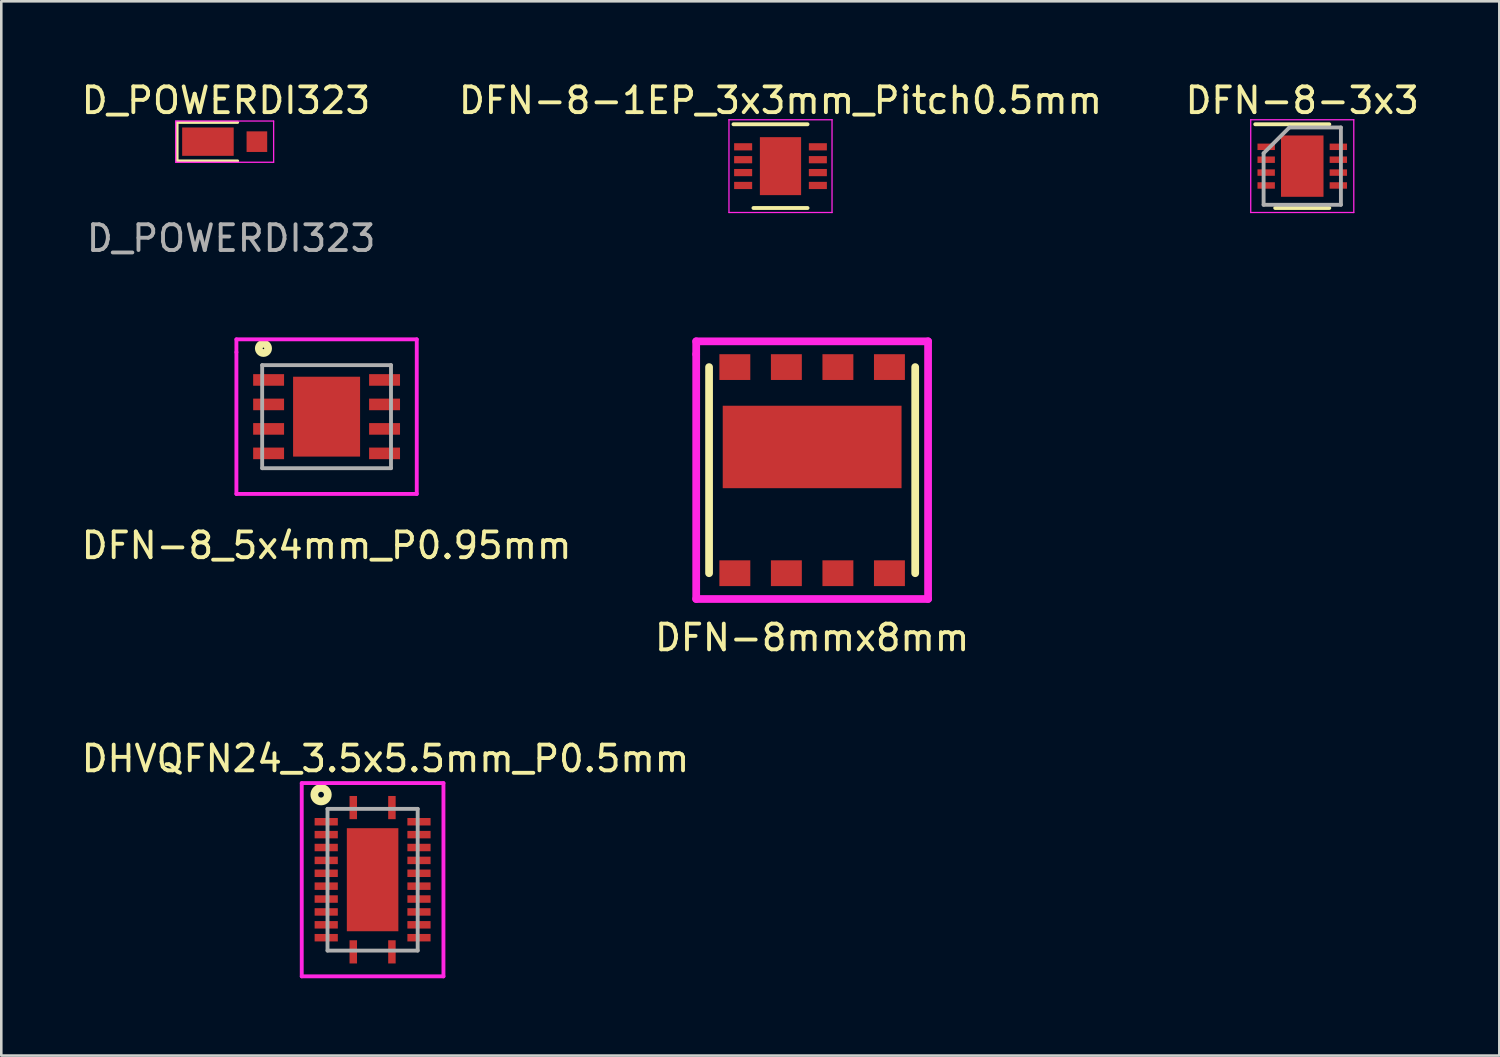
<source format=kicad_pcb>
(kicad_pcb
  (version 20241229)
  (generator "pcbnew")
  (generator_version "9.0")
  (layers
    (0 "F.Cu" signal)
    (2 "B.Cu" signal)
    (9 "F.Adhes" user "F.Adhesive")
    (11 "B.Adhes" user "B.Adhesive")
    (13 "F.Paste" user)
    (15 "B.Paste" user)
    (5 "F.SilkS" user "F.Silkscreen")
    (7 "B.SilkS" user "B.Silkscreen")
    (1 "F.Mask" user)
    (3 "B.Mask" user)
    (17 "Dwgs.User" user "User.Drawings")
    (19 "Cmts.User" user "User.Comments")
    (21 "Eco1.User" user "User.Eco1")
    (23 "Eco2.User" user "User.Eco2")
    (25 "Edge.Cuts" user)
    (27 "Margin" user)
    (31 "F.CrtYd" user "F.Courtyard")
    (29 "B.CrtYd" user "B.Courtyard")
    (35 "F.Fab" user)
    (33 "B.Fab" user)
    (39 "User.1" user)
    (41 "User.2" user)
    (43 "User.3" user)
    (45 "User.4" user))
  (footprint "DHVQFN24_3.5x5.5mm_P0.5mm"
    (layer "F.Cu")
    (at 11.411 31.093)
    (property "Reference" "DHVQFN24_3.5x5.5mm_P0.5mm" (at 0.5 -4.7 0) (layer "F.SilkS") (effects (font (size 1 1) (thickness 0.15))))
    (attr through_hole)
    (fp_circle (center -2 -3.3) (end -1.888 -3.3) (stroke (width 0.3) (type solid)) (fill no) (layer "F.SilkS"))
    (fp_line (start -2.75 -3.75) (end 2.75 -3.75) (stroke (width 0.15) (type solid)) (layer "F.CrtYd"))
    (fp_line (start -2.75 3.75) (end -2.75 -3.75) (stroke (width 0.15) (type solid)) (layer "F.CrtYd"))
    (fp_line (start 2.75 -3.75) (end 2.75 3.75) (stroke (width 0.15) (type solid)) (layer "F.CrtYd"))
    (fp_line (start 2.75 3.75) (end -2.75 3.75) (stroke (width 0.15) (type solid)) (layer "F.CrtYd"))
    (fp_line (start -1.75 -2.75) (end 1.75 -2.75) (stroke (width 0.15) (type solid)) (layer "F.Fab"))
    (fp_line (start -1.75 2.75) (end -1.75 -2.75) (stroke (width 0.15) (type solid)) (layer "F.Fab"))
    (fp_line (start 1.75 -2.75) (end 1.75 2.75) (stroke (width 0.15) (type solid)) (layer "F.Fab"))
    (fp_line (start 1.75 2.75) (end -1.75 2.75) (stroke (width 0.15) (type solid)) (layer "F.Fab"))
    (pad "" smd rect (at -0.3 -0.9 180) (size 0.45 0.6) (layers "F.Paste"))
    (pad "" smd rect (at -0.3 0 180) (size 0.45 0.6) (layers "F.Paste"))
    (pad "" smd rect (at -0.3 0.9 180) (size 0.45 0.6) (layers "F.Paste"))
    (pad "" smd rect (at 0.3 -0.9 180) (size 0.45 0.6) (layers "F.Paste"))
    (pad "" smd rect (at 0.3 0 180) (size 0.45 0.6) (layers "F.Paste"))
    (pad "" smd rect (at 0.3 0.9 180) (size 0.45 0.6) (layers "F.Paste"))
    (pad "1" smd rect (at -0.75 -2.8 90) (size 0.9 0.29) (layers "F.Cu" "F.Mask" "F.Paste"))
    (pad "2" smd rect (at -1.8 -2.25) (size 0.9 0.29) (layers "F.Cu" "F.Mask" "F.Paste"))
    (pad "3" smd rect (at -1.8 -1.75) (size 0.9 0.29) (layers "F.Cu" "F.Mask" "F.Paste"))
    (pad "4" smd rect (at -1.8 -1.25) (size 0.9 0.29) (layers "F.Cu" "F.Mask" "F.Paste"))
    (pad "5" smd rect (at -1.8 -0.75) (size 0.9 0.29) (layers "F.Cu" "F.Mask" "F.Paste"))
    (pad "6" smd rect (at -1.8 -0.25) (size 0.9 0.29) (layers "F.Cu" "F.Mask" "F.Paste"))
    (pad "7" smd rect (at -1.8 0.25) (size 0.9 0.29) (layers "F.Cu" "F.Mask" "F.Paste"))
    (pad "8" smd rect (at -1.8 0.75) (size 0.9 0.29) (layers "F.Cu" "F.Mask" "F.Paste"))
    (pad "9" smd rect (at -1.8 1.25) (size 0.9 0.29) (layers "F.Cu" "F.Mask" "F.Paste"))
    (pad "10" smd rect (at -1.8 1.75) (size 0.9 0.29) (layers "F.Cu" "F.Mask" "F.Paste"))
    (pad "11" smd rect (at -1.8 2.25) (size 0.9 0.29) (layers "F.Cu" "F.Mask" "F.Paste"))
    (pad "12" smd rect (at -0.75 2.8 90) (size 0.9 0.29) (layers "F.Cu" "F.Mask" "F.Paste"))
    (pad "13" smd rect (at 0.75 2.8 90) (size 0.9 0.29) (layers "F.Cu" "F.Mask" "F.Paste"))
    (pad "14" smd rect (at 1.8 2.25) (size 0.9 0.29) (layers "F.Cu" "F.Mask" "F.Paste"))
    (pad "15" smd rect (at 1.8 1.75) (size 0.9 0.29) (layers "F.Cu" "F.Mask" "F.Paste"))
    (pad "16" smd rect (at 1.8 1.25) (size 0.9 0.29) (layers "F.Cu" "F.Mask" "F.Paste"))
    (pad "17" smd rect (at 1.8 0.75) (size 0.9 0.29) (layers "F.Cu" "F.Mask" "F.Paste"))
    (pad "18" smd rect (at 1.8 0.25) (size 0.9 0.29) (layers "F.Cu" "F.Mask" "F.Paste"))
    (pad "19" smd rect (at 1.8 -0.25) (size 0.9 0.29) (layers "F.Cu" "F.Mask" "F.Paste"))
    (pad "20" smd rect (at 1.8 -0.75) (size 0.9 0.29) (layers "F.Cu" "F.Mask" "F.Paste"))
    (pad "21" smd rect (at 1.8 -1.25) (size 0.9 0.29) (layers "F.Cu" "F.Mask" "F.Paste"))
    (pad "22" smd rect (at 1.8 -1.75) (size 0.9 0.29) (layers "F.Cu" "F.Mask" "F.Paste"))
    (pad "23" smd rect (at 1.8 -2.25) (size 0.9 0.29) (layers "F.Cu" "F.Mask" "F.Paste"))
    (pad "24" smd rect (at 0.75 -2.8 90) (size 0.9 0.29) (layers "F.Cu" "F.Mask" "F.Paste"))
    (pad "25" smd rect (at 0 0 180) (size 2 4) (layers "F.Cu" "F.Mask")))
  (footprint "DFN-8_5x4mm_P0.95mm"
    (layer "F.Cu")
    (at 9.625 13.121)
    (property "Reference" "DFN-8_5x4mm_P0.95mm" (at 0 5 0) (layer "F.SilkS") (effects (font (size 1 1) (thickness 0.15))))
    (attr through_hole)
    (fp_circle (center -2.45 -2.65) (end -2.27 -2.65) (stroke (width 0.3) (type solid)) (fill no) (layer "F.SilkS"))
    (fp_line (start -3.5 -3) (end -3.5 -2.5) (stroke (width 0.15) (type solid)) (layer "F.CrtYd"))
    (fp_line (start -3.5 -2.5) (end -3.5 3) (stroke (width 0.15) (type solid)) (layer "F.CrtYd"))
    (fp_line (start -3.5 3) (end 3.5 3) (stroke (width 0.15) (type solid)) (layer "F.CrtYd"))
    (fp_line (start 3.5 -3) (end -3.5 -3) (stroke (width 0.15) (type solid)) (layer "F.CrtYd"))
    (fp_line (start 3.5 3) (end 3.5 -3) (stroke (width 0.15) (type solid)) (layer "F.CrtYd"))
    (fp_line (start -2.5 -2) (end 2.5 -2) (stroke (width 0.15) (type solid)) (layer "F.Fab"))
    (fp_line (start -2.5 2) (end -2.5 -2) (stroke (width 0.15) (type solid)) (layer "F.Fab"))
    (fp_line (start 2.5 -2) (end 2.5 2) (stroke (width 0.15) (type solid)) (layer "F.Fab"))
    (fp_line (start 2.5 2) (end -2.5 2) (stroke (width 0.15) (type solid)) (layer "F.Fab"))
    (pad "1" smd rect (at -2.25 -1.425) (size 1.2 0.45) (layers "F.Cu" "F.Mask" "F.Paste"))
    (pad "2" smd rect (at -2.25 -0.475) (size 1.2 0.45) (layers "F.Cu" "F.Mask" "F.Paste"))
    (pad "3" smd rect (at -2.25 0.475) (size 1.2 0.45) (layers "F.Cu" "F.Mask" "F.Paste"))
    (pad "4" smd rect (at -2.25 1.425) (size 1.2 0.45) (layers "F.Cu" "F.Mask" "F.Paste"))
    (pad "5" smd rect (at 2.25 1.425) (size 1.2 0.45) (layers "F.Cu" "F.Mask" "F.Paste"))
    (pad "6" smd rect (at 2.25 0.475) (size 1.2 0.45) (layers "F.Cu" "F.Mask" "F.Paste"))
    (pad "7" smd rect (at 2.25 -0.475) (size 1.2 0.45) (layers "F.Cu" "F.Mask" "F.Paste"))
    (pad "8" smd rect (at 2.25 -1.425) (size 1.2 0.45) (layers "F.Cu" "F.Mask" "F.Paste"))
    (pad "9" smd rect (at 0 0) (size 2.6 3.1) (layers "F.Cu" "F.Mask" "F.Paste")))
  (footprint "DFN-8-1EP_3x3mm_Pitch0.5mm"
    (layer "F.Cu")
    (at 27.242 3.398)
    (property "Reference" "DFN-8-1EP_3x3mm_Pitch0.5mm" (at 0 -2.55 0) (layer "F.SilkS") (effects (font (size 1 1) (thickness 0.15))))
    (attr smd)
    (fp_line (start -1.825 -1.625) (end 1.05 -1.625) (stroke (width 0.15) (type solid)) (layer "F.SilkS"))
    (fp_line (start -1.05 1.625) (end 1.05 1.625) (stroke (width 0.15) (type solid)) (layer "F.SilkS"))
    (fp_line (start -2 -1.8) (end -2 1.8) (stroke (width 0.05) (type solid)) (layer "F.CrtYd"))
    (fp_line (start -2 -1.8) (end 2 -1.8) (stroke (width 0.05) (type solid)) (layer "F.CrtYd"))
    (fp_line (start -2 1.8) (end 2 1.8) (stroke (width 0.05) (type solid)) (layer "F.CrtYd"))
    (fp_line (start 2 -1.8) (end 2 1.8) (stroke (width 0.05) (type solid)) (layer "F.CrtYd"))
    (pad "1" smd rect (at -1.45 -0.75) (size 0.7 0.28) (layers "F.Cu" "F.Mask" "F.Paste"))
    (pad "2" smd rect (at -1.45 -0.25) (size 0.7 0.28) (layers "F.Cu" "F.Mask" "F.Paste"))
    (pad "3" smd rect (at -1.45 0.25) (size 0.7 0.28) (layers "F.Cu" "F.Mask" "F.Paste"))
    (pad "4" smd rect (at -1.45 0.75) (size 0.7 0.28) (layers "F.Cu" "F.Mask" "F.Paste"))
    (pad "5" smd rect (at 1.45 0.75) (size 0.7 0.28) (layers "F.Cu" "F.Mask" "F.Paste"))
    (pad "6" smd rect (at 1.45 0.25) (size 0.7 0.28) (layers "F.Cu" "F.Mask" "F.Paste"))
    (pad "7" smd rect (at 1.45 -0.25) (size 0.7 0.28) (layers "F.Cu" "F.Mask" "F.Paste"))
    (pad "8" smd rect (at 1.45 -0.75) (size 0.7 0.28) (layers "F.Cu" "F.Mask" "F.Paste"))
    (pad "9" smd rect (at 0 0) (size 1.6 2.25) (layers "F.Cu" "F.Mask" "F.Paste")))
  (footprint "DFN-8mmx8mm"
    (layer "F.Cu")
    (at 28.47 15.197)
    (property "Reference" "DFN-8mmx8mm" (at 0 6.5 0) (layer "F.SilkS") (effects (font (size 1 1) (thickness 0.15))))
    (attr smd)
    (fp_line (start -4 -4) (end -4 4) (stroke (width 0.3) (type solid)) (layer "F.SilkS"))
    (fp_line (start 4 4) (end 4 -4) (stroke (width 0.3) (type solid)) (layer "F.SilkS"))
    (fp_line (start -4.5 -5) (end 4.5 -5) (stroke (width 0.3) (type solid)) (layer "F.CrtYd"))
    (fp_line (start -4.5 -4.5) (end -4.5 -5) (stroke (width 0.3) (type solid)) (layer "F.CrtYd"))
    (fp_line (start -4.5 5) (end -4.5 -4.5) (stroke (width 0.3) (type solid)) (layer "F.CrtYd"))
    (fp_line (start 4.5 -5) (end 4.5 5) (stroke (width 0.3) (type solid)) (layer "F.CrtYd"))
    (fp_line (start 4.5 5) (end -4.5 5) (stroke (width 0.3) (type solid)) (layer "F.CrtYd"))
    (pad "1" smd rect (at -3 4) (size 1.2 1) (layers "F.Cu" "F.Mask" "F.Paste"))
    (pad "2" smd rect (at -1 4) (size 1.2 1) (layers "F.Cu" "F.Mask" "F.Paste"))
    (pad "3" smd rect (at 1 4) (size 1.2 1) (layers "F.Cu" "F.Mask" "F.Paste"))
    (pad "4" smd rect (at 3 4) (size 1.2 1) (layers "F.Cu" "F.Mask" "F.Paste"))
    (pad "5" smd rect (at 3 -4) (size 1.2 1) (layers "F.Cu" "F.Mask" "F.Paste"))
    (pad "6" smd rect (at 1 -4) (size 1.2 1) (layers "F.Cu" "F.Mask" "F.Paste"))
    (pad "7" smd rect (at -1 -4) (size 1.2 1) (layers "F.Cu" "F.Mask" "F.Paste"))
    (pad "8" smd rect (at -3 -4) (size 1.2 1) (layers "F.Cu" "F.Mask" "F.Paste"))
    (pad "9" smd rect (at 0 -0.9) (size 6.94 3.2) (layers "F.Cu" "F.Mask" "F.Paste")))
  (footprint "DFN-8-3x3"
    (layer "F.Cu")
    (at 47.492 3.398)
    (property "Reference" "DFN-8-3x3" (at 0 -2.55 0) (layer "F.SilkS") (effects (font (size 1 1) (thickness 0.15))))
    (attr smd)
    (fp_line (start -1.825 -1.625) (end 1.05 -1.625) (stroke (width 0.15) (type solid)) (layer "F.SilkS"))
    (fp_line (start -1.05 1.625) (end 1.05 1.625) (stroke (width 0.15) (type solid)) (layer "F.SilkS"))
    (fp_line (start -2 -1.8) (end -2 1.8) (stroke (width 0.05) (type solid)) (layer "F.CrtYd"))
    (fp_line (start -2 -1.8) (end 2 -1.8) (stroke (width 0.05) (type solid)) (layer "F.CrtYd"))
    (fp_line (start -2 1.8) (end 2 1.8) (stroke (width 0.05) (type solid)) (layer "F.CrtYd"))
    (fp_line (start 2 -1.8) (end 2 1.8) (stroke (width 0.05) (type solid)) (layer "F.CrtYd"))
    (fp_line (start -1.5 -0.5) (end -0.5 -1.5) (stroke (width 0.15) (type solid)) (layer "F.Fab"))
    (fp_line (start -1.5 1.5) (end -1.5 -0.5) (stroke (width 0.15) (type solid)) (layer "F.Fab"))
    (fp_line (start -0.5 -1.5) (end 1.5 -1.5) (stroke (width 0.15) (type solid)) (layer "F.Fab"))
    (fp_line (start 1.5 -1.5) (end 1.5 1.5) (stroke (width 0.15) (type solid)) (layer "F.Fab"))
    (fp_line (start 1.5 1.5) (end -1.5 1.5) (stroke (width 0.15) (type solid)) (layer "F.Fab"))
    (pad "" smd rect (at -0.412 -0.595) (size 0.45 0.8) (layers "F.Paste"))
    (pad "" smd rect (at -0.412 0.595) (size 0.45 0.8) (layers "F.Paste"))
    (pad "" smd rect (at 0.412 -0.595) (size 0.45 0.8) (layers "F.Paste"))
    (pad "" smd rect (at 0.412 0.595) (size 0.45 0.8) (layers "F.Paste"))
    (pad "1" smd rect (at -1.4 -0.75) (size 0.675 0.25) (layers "F.Cu" "F.Mask" "F.Paste"))
    (pad "2" smd rect (at -1.4 -0.25) (size 0.675 0.25) (layers "F.Cu" "F.Mask" "F.Paste"))
    (pad "3" smd rect (at -1.4 0.25) (size 0.675 0.25) (layers "F.Cu" "F.Mask" "F.Paste"))
    (pad "4" smd rect (at -1.4 0.75) (size 0.675 0.25) (layers "F.Cu" "F.Mask" "F.Paste"))
    (pad "5" smd rect (at 1.4 0.75) (size 0.675 0.25) (layers "F.Cu" "F.Mask" "F.Paste"))
    (pad "6" smd rect (at 1.4 0.25) (size 0.675 0.25) (layers "F.Cu" "F.Mask" "F.Paste"))
    (pad "7" smd rect (at 1.4 -0.25) (size 0.675 0.25) (layers "F.Cu" "F.Mask" "F.Paste"))
    (pad "8" smd rect (at 1.4 -0.75) (size 0.675 0.25) (layers "F.Cu" "F.Mask" "F.Paste"))
    (pad "9" smd rect (at 0 0) (size 1.65 2.38) (layers "F.Cu" "F.Mask")))
  (footprint "D_POWERDI323"
    (layer "F.Cu")
    (at 5.67 2.448)
    (property "Reference" "D_POWERDI323" (at 0.05 -1.6 0) (unlocked yes) (layer "F.SilkS") (effects (font (size 1 1) (thickness 0.15))))
    (attr smd)
    (fp_line (start -1.85 -0.75) (end -1.85 0.75) (stroke (width 0.12) (type solid)) (layer "F.SilkS"))
    (fp_line (start -1.85 -0.75) (end 0.5 -0.75) (stroke (width 0.12) (type solid)) (layer "F.SilkS"))
    (fp_line (start -1.85 0.75) (end 0.5 0.75) (stroke (width 0.12) (type solid)) (layer "F.SilkS"))
    (fp_line (start -1.9 -0.8) (end 1.9 -0.8) (stroke (width 0.05) (type solid)) (layer "F.CrtYd"))
    (fp_line (start -1.9 0.8) (end -1.9 -0.8) (stroke (width 0.05) (type solid)) (layer "F.CrtYd"))
    (fp_line (start 1.9 -0.8) (end 1.9 0.8) (stroke (width 0.05) (type solid)) (layer "F.CrtYd"))
    (fp_line (start 1.9 0.8) (end -1.9 0.8) (stroke (width 0.05) (type solid)) (layer "F.CrtYd"))
    (fp_text user "${REFERENCE}" (at 0.25 3.75 0) (unlocked yes) (layer "F.Fab") (effects (font (size 1 1) (thickness 0.15))))
    (pad "1" smd rect (at -0.65 0) (size 2 1.1) (layers "F.Cu" "F.Mask" "F.Paste"))
    (pad "2" smd rect (at 1.25 0) (size 0.8 0.8) (layers "F.Cu" "F.Mask" "F.Paste")))
  (gr_rect
    (start -3 -3)
    (end 55.14 37.918)
    (stroke (width 0.1) (type default))
    (fill no)
    (layer "Edge.Cuts")))
</source>
